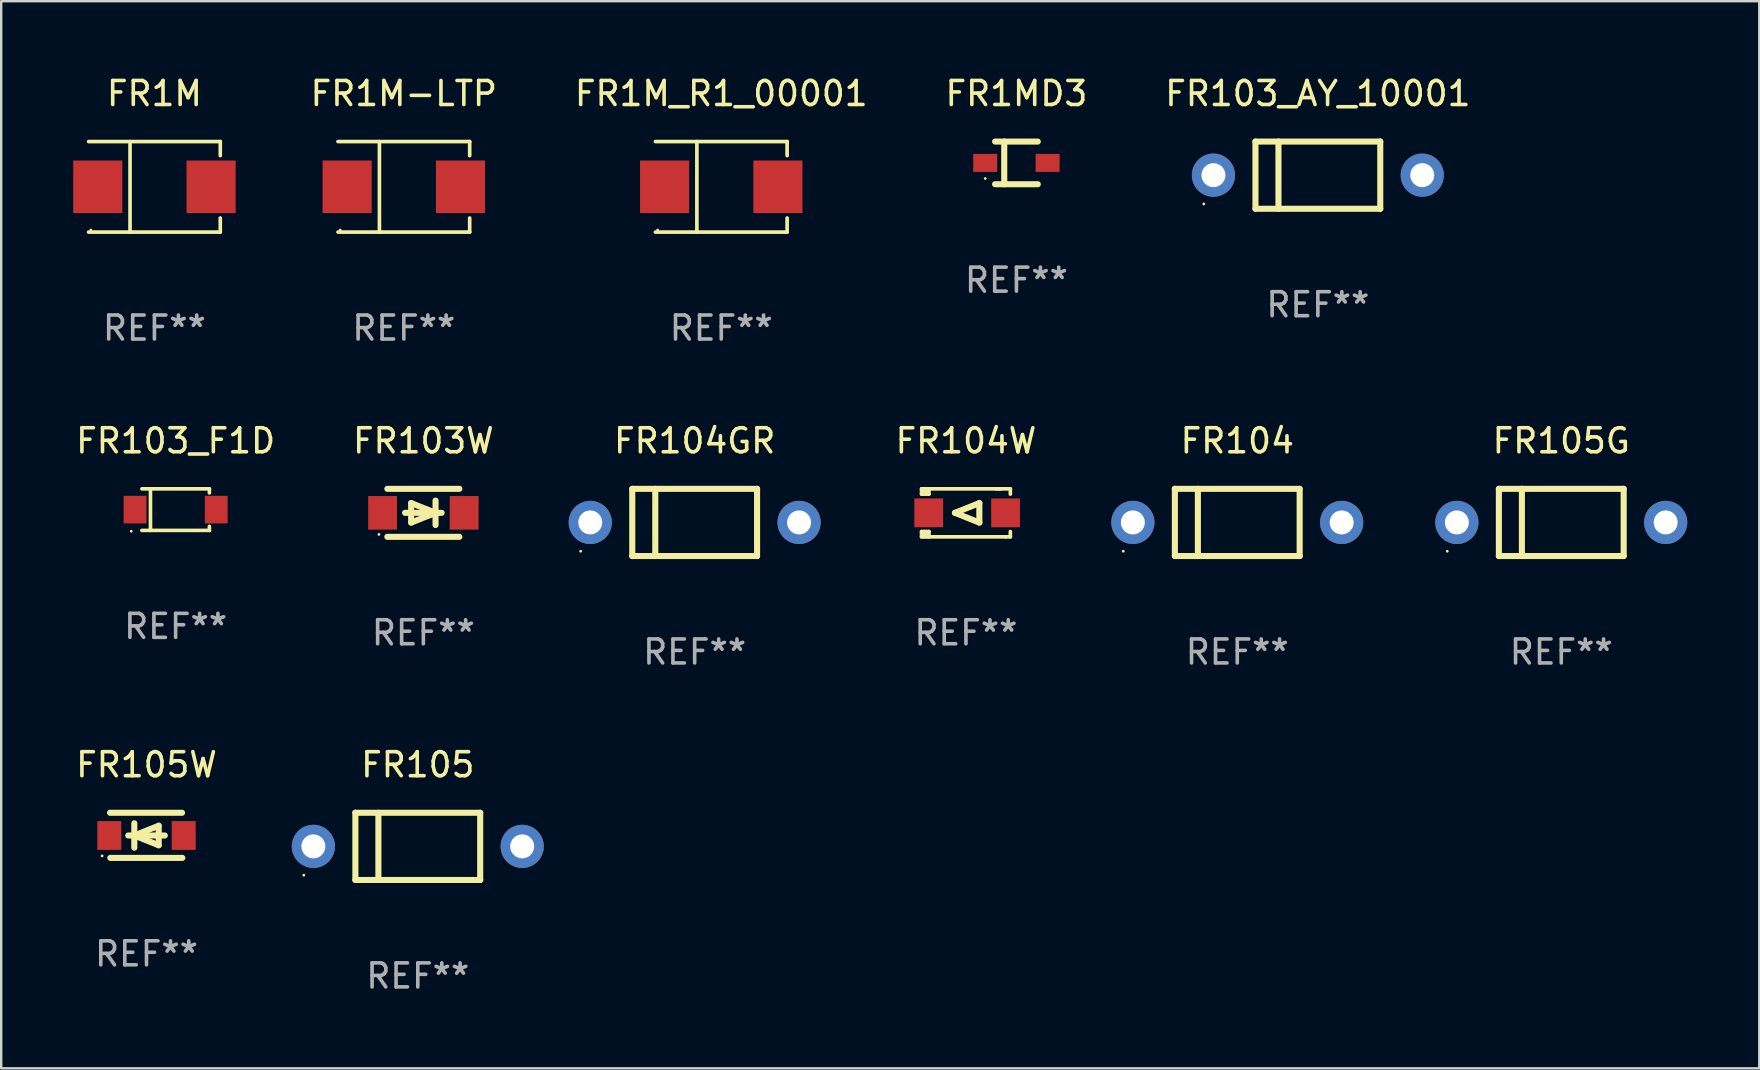
<source format=kicad_pcb>
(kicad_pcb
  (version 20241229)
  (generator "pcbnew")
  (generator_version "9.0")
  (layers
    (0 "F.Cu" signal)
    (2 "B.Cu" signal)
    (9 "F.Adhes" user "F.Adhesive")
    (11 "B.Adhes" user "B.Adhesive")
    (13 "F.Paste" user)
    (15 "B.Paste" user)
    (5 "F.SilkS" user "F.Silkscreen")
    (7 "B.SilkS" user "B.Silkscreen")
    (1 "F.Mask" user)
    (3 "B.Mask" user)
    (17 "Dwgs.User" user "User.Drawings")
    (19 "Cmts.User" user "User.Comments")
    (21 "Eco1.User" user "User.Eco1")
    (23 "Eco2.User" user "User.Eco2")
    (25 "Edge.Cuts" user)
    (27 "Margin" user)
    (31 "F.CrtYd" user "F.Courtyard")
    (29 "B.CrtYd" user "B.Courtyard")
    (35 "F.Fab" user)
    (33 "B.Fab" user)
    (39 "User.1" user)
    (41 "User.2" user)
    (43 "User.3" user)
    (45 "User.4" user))
  (footprint "FR104W"
    (layer "F.Cu")
    (at 37.196 18.317)
    (property "Reference" "FR104W" (at 0 -3 0) (layer "F.SilkS") (effects (font (size 1 1) (thickness 0.15))))
    (attr through_hole)
    (fp_line (start -1.85 -1) (end -1.85 -0.78) (stroke (width 0.152) (type solid)) (layer "F.SilkS"))
    (fp_line (start -1.85 0.78) (end -1.85 1) (stroke (width 0.152) (type solid)) (layer "F.SilkS"))
    (fp_line (start -1.85 1) (end 1.65 1) (stroke (width 0.152) (type solid)) (layer "F.SilkS"))
    (fp_line (start -1.741 -0.78) (end -1.741 -1) (stroke (width 0.152) (type solid)) (layer "F.SilkS"))
    (fp_line (start -1.741 1) (end -1.741 0.78) (stroke (width 0.152) (type solid)) (layer "F.SilkS"))
    (fp_line (start -1.641 -1) (end -1.641 -0.78) (stroke (width 0.152) (type solid)) (layer "F.SilkS"))
    (fp_line (start -1.641 0.78) (end -1.641 1) (stroke (width 0.152) (type solid)) (layer "F.SilkS"))
    (fp_line (start -1.541 -1) (end -1.541 -0.78) (stroke (width 0.152) (type solid)) (layer "F.SilkS"))
    (fp_line (start -1.541 -0.78) (end -1.85 -0.78) (stroke (width 0.152) (type solid)) (layer "F.SilkS"))
    (fp_line (start -1.541 0.78) (end -1.85 0.78) (stroke (width 0.152) (type solid)) (layer "F.SilkS"))
    (fp_line (start -1.541 0.78) (end -1.541 1) (stroke (width 0.152) (type solid)) (layer "F.SilkS"))
    (fp_line (start -0.458 0) (end 0.558 -0.406) (stroke (width 0.254) (type solid)) (layer "F.SilkS"))
    (fp_line (start 0.558 -0.406) (end 0.558 0.406) (stroke (width 0.254) (type solid)) (layer "F.SilkS"))
    (fp_line (start 0.558 0.406) (end -0.458 0) (stroke (width 0.254) (type solid)) (layer "F.SilkS"))
    (fp_line (start 1.45 -1) (end -1.85 -1) (stroke (width 0.152) (type solid)) (layer "F.SilkS"))
    (fp_line (start 1.65 1) (end 1.85 1) (stroke (width 0.152) (type solid)) (layer "F.SilkS"))
    (fp_line (start 1.85 -1) (end 1.25 -1) (stroke (width 0.152) (type solid)) (layer "F.SilkS"))
    (fp_line (start 1.85 -0.78) (end 1.85 -1) (stroke (width 0.152) (type solid)) (layer "F.SilkS"))
    (fp_line (start 1.85 1) (end 1.85 0.78) (stroke (width 0.152) (type solid)) (layer "F.SilkS"))
    (fp_circle (center -1.8 0.9) (end -1.77 0.9) (stroke (width 0.06) (type solid)) (fill no) (layer "F.SilkS"))
    (fp_text user "REF**" (at 0 5 0) (layer "F.Fab") (effects (font (size 1 1) (thickness 0.15))))
    (pad "1" smd rect (at -1.55 0.000051) (size 1.2 1.2) (layers "F.Cu" "F.Mask" "F.Paste"))
    (pad "2" smd rect (at 1.65 0.000051) (size 1.2 1.2) (layers "F.Cu" "F.Mask" "F.Paste")))
  (footprint "FR104"
    (layer "F.Cu")
    (at 48.5 18.717)
    (property "Reference" "FR104" (at 0 -3.4 0) (layer "F.SilkS") (effects (font (size 1 1) (thickness 0.15))))
    (attr through_hole)
    (fp_line (start -2.6 -1.4) (end -2.6 1.4) (stroke (width 0.254) (type solid)) (layer "F.SilkS"))
    (fp_line (start -2.6 -1.4) (end 2.6 -1.4) (stroke (width 0.254) (type solid)) (layer "F.SilkS"))
    (fp_line (start -2.6 1.4) (end 2.6 1.4) (stroke (width 0.254) (type solid)) (layer "F.SilkS"))
    (fp_line (start -1.641 -1.4) (end -1.641 1.4) (stroke (width 0.254) (type solid)) (layer "F.SilkS"))
    (fp_line (start 2.6 -1.4) (end 2.6 1.4) (stroke (width 0.254) (type solid)) (layer "F.SilkS"))
    (fp_circle (center -4.75 1.2) (end -4.72 1.2) (stroke (width 0.06) (type solid)) (fill no) (layer "F.SilkS"))
    (fp_text user "REF**" (at 0 5.4 0) (layer "F.Fab") (effects (font (size 1 1) (thickness 0.15))))
    (pad "1" thru_hole circle (at -4.35 0) (size 1.8 1.8) (drill 1) (layers "*.Cu" "*.Mask"))
    (pad "2" thru_hole circle (at 4.35 0) (size 1.8 1.8) (drill 1) (layers "*.Cu" "*.Mask")))
  (footprint "FR103_AY_10001"
    (layer "F.Cu")
    (at 51.858 4.248)
    (property "Reference" "FR103_AY_10001" (at 0 -3.4 0) (layer "F.SilkS") (effects (font (size 1 1) (thickness 0.15))))
    (attr through_hole)
    (fp_line (start -2.6 -1.4) (end -2.6 1.4) (stroke (width 0.254) (type solid)) (layer "F.SilkS"))
    (fp_line (start -2.6 -1.4) (end 2.6 -1.4) (stroke (width 0.254) (type solid)) (layer "F.SilkS"))
    (fp_line (start -2.6 1.4) (end 2.6 1.4) (stroke (width 0.254) (type solid)) (layer "F.SilkS"))
    (fp_line (start -1.641 -1.4) (end -1.641 1.4) (stroke (width 0.254) (type solid)) (layer "F.SilkS"))
    (fp_line (start 2.6 -1.4) (end 2.6 1.4) (stroke (width 0.254) (type solid)) (layer "F.SilkS"))
    (fp_circle (center -4.75 1.2) (end -4.72 1.2) (stroke (width 0.06) (type solid)) (fill no) (layer "F.SilkS"))
    (fp_text user "REF**" (at 0 5.4 0) (layer "F.Fab") (effects (font (size 1 1) (thickness 0.15))))
    (pad "1" thru_hole circle (at -4.35 0) (size 1.8 1.8) (drill 1) (layers "*.Cu" "*.Mask"))
    (pad "2" thru_hole circle (at 4.35 0) (size 1.8 1.8) (drill 1) (layers "*.Cu" "*.Mask")))
  (footprint "FR1MD3"
    (layer "F.Cu")
    (at 39.299 3.737)
    (property "Reference" "FR1MD3" (at 0 -2.889 0) (layer "F.SilkS") (effects (font (size 1 1) (thickness 0.15))))
    (attr through_hole)
    (fp_line (start -0.889 -0.889) (end 0.889 -0.889) (stroke (width 0.254) (type solid)) (layer "F.SilkS"))
    (fp_line (start -0.889 0.889) (end 0.889 0.889) (stroke (width 0.254) (type solid)) (layer "F.SilkS"))
    (fp_line (start -0.508 -0.889) (end -0.508 0.889) (stroke (width 0.254) (type solid)) (layer "F.SilkS"))
    (fp_circle (center -1.3 0.65) (end -1.27 0.65) (stroke (width 0.06) (type solid)) (fill no) (layer "F.SilkS"))
    (fp_text user "REF**" (at 0 4.889 0) (layer "F.Fab") (effects (font (size 1 1) (thickness 0.15))))
    (pad "1" smd rect (at -1.3 0) (size 1 0.75) (layers "F.Cu" "F.Mask" "F.Paste"))
    (pad "2" smd rect (at 1.3 0) (size 1 0.75) (layers "F.Cu" "F.Mask" "F.Paste")))
  (footprint "FR1M"
    (layer "F.Cu")
    (at 3.384 4.734)
    (property "Reference" "FR1M" (at 0 -3.886 0) (layer "F.SilkS") (effects (font (size 1 1) (thickness 0.15))))
    (attr through_hole)
    (fp_line (start -2.744 -1.886) (end 2.744 -1.886) (stroke (width 0.152) (type solid)) (layer "F.SilkS"))
    (fp_line (start -2.744 1.886) (end 2.744 1.886) (stroke (width 0.152) (type solid)) (layer "F.SilkS"))
    (fp_line (start -1.016 -1.886) (end -1.016 1.886) (stroke (width 0.152) (type solid)) (layer "F.SilkS"))
    (fp_line (start 2.744 -1.886) (end 2.744 -1.299) (stroke (width 0.152) (type solid)) (layer "F.SilkS"))
    (fp_line (start 2.744 1.886) (end 2.744 1.299) (stroke (width 0.152) (type solid)) (layer "F.SilkS"))
    (fp_circle (center -2.65 1.8) (end -2.62 1.8) (stroke (width 0.06) (type solid)) (fill no) (layer "F.SilkS"))
    (fp_text user "REF**" (at 0 5.886 0) (layer "F.Fab") (effects (font (size 1 1) (thickness 0.15))))
    (pad "1" smd rect (at -2.361 0) (size 2.047 2.192) (layers "F.Cu" "F.Mask" "F.Paste"))
    (pad "2" smd rect (at 2.361 0) (size 2.047 2.192) (layers "F.Cu" "F.Mask" "F.Paste")))
  (footprint "FR104GR"
    (layer "F.Cu")
    (at 25.893 18.717)
    (property "Reference" "FR104GR" (at 0 -3.4 0) (layer "F.SilkS") (effects (font (size 1 1) (thickness 0.15))))
    (attr through_hole)
    (fp_line (start -2.6 -1.4) (end -2.6 1.4) (stroke (width 0.254) (type solid)) (layer "F.SilkS"))
    (fp_line (start -2.6 -1.4) (end 2.6 -1.4) (stroke (width 0.254) (type solid)) (layer "F.SilkS"))
    (fp_line (start -2.6 1.4) (end 2.6 1.4) (stroke (width 0.254) (type solid)) (layer "F.SilkS"))
    (fp_line (start -1.641 -1.4) (end -1.641 1.4) (stroke (width 0.254) (type solid)) (layer "F.SilkS"))
    (fp_line (start 2.6 -1.4) (end 2.6 1.4) (stroke (width 0.254) (type solid)) (layer "F.SilkS"))
    (fp_circle (center -4.75 1.2) (end -4.72 1.2) (stroke (width 0.06) (type solid)) (fill no) (layer "F.SilkS"))
    (fp_text user "REF**" (at 0 5.4 0) (layer "F.Fab") (effects (font (size 1 1) (thickness 0.15))))
    (pad "1" thru_hole circle (at -4.35 0) (size 1.8 1.8) (drill 1) (layers "*.Cu" "*.Mask"))
    (pad "2" thru_hole circle (at 4.35 0) (size 1.8 1.8) (drill 1) (layers "*.Cu" "*.Mask")))
  (footprint "FR103W"
    (layer "F.Cu")
    (at 14.589 18.317)
    (property "Reference" "FR103W" (at 0 -3 0) (layer "F.SilkS") (effects (font (size 1 1) (thickness 0.15))))
    (attr through_hole)
    (fp_line (start -1.5 -1) (end 1.5 -1) (stroke (width 0.254) (type solid)) (layer "F.SilkS"))
    (fp_line (start -1.5 1) (end 1.5 1) (stroke (width 0.254) (type solid)) (layer "F.SilkS"))
    (fp_line (start -0.508 -0.406) (end 0.508 0) (stroke (width 0.254) (type solid)) (layer "F.SilkS"))
    (fp_line (start -0.508 0.406) (end -0.508 -0.406) (stroke (width 0.254) (type solid)) (layer "F.SilkS"))
    (fp_line (start 0.508 0) (end -0.508 0.406) (stroke (width 0.254) (type solid)) (layer "F.SilkS"))
    (fp_line (start 0.508 0.508) (end 0.508 -0.508) (stroke (width 0.254) (type solid)) (layer "F.SilkS"))
    (fp_line (start 0.762 0) (end -0.762 0) (stroke (width 0.254) (type solid)) (layer "F.SilkS"))
    (fp_circle (center -1.85 0.9) (end -1.82 0.9) (stroke (width 0.06) (type solid)) (fill no) (layer "F.SilkS"))
    (fp_text user "REF**" (at 0 5 0) (layer "F.Fab") (effects (font (size 1 1) (thickness 0.15))))
    (pad "1" smd rect (at -1.7 0) (size 1.2 1.4) (layers "F.Cu" "F.Mask" "F.Paste"))
    (pad "2" smd rect (at 1.7 0) (size 1.2 1.4) (layers "F.Cu" "F.Mask" "F.Paste")))
  (footprint "FR1M-LTP"
    (layer "F.Cu")
    (at 13.775 4.734)
    (property "Reference" "FR1M-LTP" (at 0 -3.886 0) (layer "F.SilkS") (effects (font (size 1 1) (thickness 0.15))))
    (attr through_hole)
    (fp_line (start -2.744 -1.886) (end 2.744 -1.886) (stroke (width 0.152) (type solid)) (layer "F.SilkS"))
    (fp_line (start -2.744 1.886) (end 2.744 1.886) (stroke (width 0.152) (type solid)) (layer "F.SilkS"))
    (fp_line (start -1.016 -1.886) (end -1.016 1.886) (stroke (width 0.152) (type solid)) (layer "F.SilkS"))
    (fp_line (start 2.744 -1.886) (end 2.744 -1.299) (stroke (width 0.152) (type solid)) (layer "F.SilkS"))
    (fp_line (start 2.744 1.886) (end 2.744 1.299) (stroke (width 0.152) (type solid)) (layer "F.SilkS"))
    (fp_circle (center -2.65 1.8) (end -2.62 1.8) (stroke (width 0.06) (type solid)) (fill no) (layer "F.SilkS"))
    (fp_text user "REF**" (at 0 5.886 0) (layer "F.Fab") (effects (font (size 1 1) (thickness 0.15))))
    (pad "1" smd rect (at -2.361 0) (size 2.047 2.192) (layers "F.Cu" "F.Mask" "F.Paste"))
    (pad "2" smd rect (at 2.361 0) (size 2.047 2.192) (layers "F.Cu" "F.Mask" "F.Paste")))
  (footprint "FR105G"
    (layer "F.Cu")
    (at 62 18.717)
    (property "Reference" "FR105G" (at 0 -3.4 0) (layer "F.SilkS") (effects (font (size 1 1) (thickness 0.15))))
    (attr through_hole)
    (fp_line (start -2.6 -1.4) (end -2.6 1.4) (stroke (width 0.254) (type solid)) (layer "F.SilkS"))
    (fp_line (start -2.6 -1.4) (end 2.6 -1.4) (stroke (width 0.254) (type solid)) (layer "F.SilkS"))
    (fp_line (start -2.6 1.4) (end 2.6 1.4) (stroke (width 0.254) (type solid)) (layer "F.SilkS"))
    (fp_line (start -1.641 -1.4) (end -1.641 1.4) (stroke (width 0.254) (type solid)) (layer "F.SilkS"))
    (fp_line (start 2.6 -1.4) (end 2.6 1.4) (stroke (width 0.254) (type solid)) (layer "F.SilkS"))
    (fp_circle (center -4.75 1.2) (end -4.72 1.2) (stroke (width 0.06) (type solid)) (fill no) (layer "F.SilkS"))
    (fp_text user "REF**" (at 0 5.4 0) (layer "F.Fab") (effects (font (size 1 1) (thickness 0.15))))
    (pad "1" thru_hole circle (at -4.35 0) (size 1.8 1.8) (drill 1) (layers "*.Cu" "*.Mask"))
    (pad "2" thru_hole circle (at 4.35 0) (size 1.8 1.8) (drill 1) (layers "*.Cu" "*.Mask")))
  (footprint "FR103_F1D"
    (layer "F.Cu")
    (at 4.268 18.183)
    (property "Reference" "FR103_F1D" (at 0 -2.866 0) (layer "F.SilkS") (effects (font (size 1 1) (thickness 0.15))))
    (attr through_hole)
    (fp_line (start -1.406 -0.866) (end 1.406 -0.866) (stroke (width 0.152) (type solid)) (layer "F.SilkS"))
    (fp_line (start -1.406 0.866) (end 1.406 0.866) (stroke (width 0.152) (type solid)) (layer "F.SilkS"))
    (fp_line (start -1.049 -0.866) (end -1.049 0.866) (stroke (width 0.152) (type solid)) (layer "F.SilkS"))
    (fp_line (start 1.406 -0.866) (end 1.406 -0.698) (stroke (width 0.152) (type solid)) (layer "F.SilkS"))
    (fp_line (start 1.406 0.866) (end 1.406 0.698) (stroke (width 0.152) (type solid)) (layer "F.SilkS"))
    (fp_circle (center -1.851 0.9) (end -1.821 0.9) (stroke (width 0.06) (type solid)) (fill no) (layer "F.SilkS"))
    (fp_text user "REF**" (at 0 4.866 0) (layer "F.Fab") (effects (font (size 1 1) (thickness 0.15))))
    (pad "1" smd rect (at -1.692 0) (size 0.95 1.15) (layers "F.Cu" "F.Mask" "F.Paste"))
    (pad "2" smd rect (at 1.692 0) (size 0.95 1.15) (layers "F.Cu" "F.Mask" "F.Paste")))
  (footprint "FR1M_R1_00001"
    (layer "F.Cu")
    (at 27.001 4.734)
    (property "Reference" "FR1M_R1_00001" (at 0 -3.886 0) (layer "F.SilkS") (effects (font (size 1 1) (thickness 0.15))))
    (attr through_hole)
    (fp_line (start -2.744 -1.886) (end 2.744 -1.886) (stroke (width 0.152) (type solid)) (layer "F.SilkS"))
    (fp_line (start -2.744 1.886) (end 2.744 1.886) (stroke (width 0.152) (type solid)) (layer "F.SilkS"))
    (fp_line (start -1.016 -1.886) (end -1.016 1.886) (stroke (width 0.152) (type solid)) (layer "F.SilkS"))
    (fp_line (start 2.744 -1.886) (end 2.744 -1.299) (stroke (width 0.152) (type solid)) (layer "F.SilkS"))
    (fp_line (start 2.744 1.886) (end 2.744 1.299) (stroke (width 0.152) (type solid)) (layer "F.SilkS"))
    (fp_circle (center -2.65 1.8) (end -2.62 1.8) (stroke (width 0.06) (type solid)) (fill no) (layer "F.SilkS"))
    (fp_text user "REF**" (at 0 5.886 0) (layer "F.Fab") (effects (font (size 1 1) (thickness 0.15))))
    (pad "1" smd rect (at -2.361 0) (size 2.047 2.192) (layers "F.Cu" "F.Mask" "F.Paste"))
    (pad "2" smd rect (at 2.361 0) (size 2.047 2.192) (layers "F.Cu" "F.Mask" "F.Paste")))
  (footprint "FR105W"
    (layer "F.Cu")
    (at 3.054 31.754)
    (property "Reference" "FR105W" (at 0 -2.94 0) (layer "F.SilkS") (effects (font (size 1 1) (thickness 0.15))))
    (attr through_hole)
    (fp_line (start -1.52 -0.94) (end 1.48 -0.94) (stroke (width 0.254) (type solid)) (layer "F.SilkS"))
    (fp_line (start -1.507 0.94) (end 1.493 0.94) (stroke (width 0.254) (type solid)) (layer "F.SilkS"))
    (fp_line (start -0.762 0.007) (end 0.762 0.007) (stroke (width 0.254) (type solid)) (layer "F.SilkS"))
    (fp_line (start -0.508 -0.501) (end -0.508 0.515) (stroke (width 0.254) (type solid)) (layer "F.SilkS"))
    (fp_line (start -0.508 0.007) (end 0.508 -0.4) (stroke (width 0.254) (type solid)) (layer "F.SilkS"))
    (fp_line (start 0.508 -0.4) (end 0.508 0.413) (stroke (width 0.254) (type solid)) (layer "F.SilkS"))
    (fp_line (start 0.508 0.413) (end -0.508 0.007) (stroke (width 0.254) (type solid)) (layer "F.SilkS"))
    (fp_circle (center -1.85 0.857) (end -1.82 0.857) (stroke (width 0.06) (type solid)) (fill no) (layer "F.SilkS"))
    (fp_text user "REF**" (at 0 4.94 0) (layer "F.Fab") (effects (font (size 1 1) (thickness 0.15))))
    (pad "1" smd rect (at -1.55 0.007) (size 1 1.2) (layers "F.Cu" "F.Mask" "F.Paste"))
    (pad "2" smd rect (at 1.55 0.007) (size 1 1.2) (layers "F.Cu" "F.Mask" "F.Paste")))
  (footprint "FR105"
    (layer "F.Cu")
    (at 14.357 32.214)
    (property "Reference" "FR105" (at 0 -3.4 0) (layer "F.SilkS") (effects (font (size 1 1) (thickness 0.15))))
    (attr through_hole)
    (fp_line (start -2.6 -1.4) (end -2.6 1.4) (stroke (width 0.254) (type solid)) (layer "F.SilkS"))
    (fp_line (start -2.6 -1.4) (end 2.6 -1.4) (stroke (width 0.254) (type solid)) (layer "F.SilkS"))
    (fp_line (start -2.6 1.4) (end 2.6 1.4) (stroke (width 0.254) (type solid)) (layer "F.SilkS"))
    (fp_line (start -1.641 -1.4) (end -1.641 1.4) (stroke (width 0.254) (type solid)) (layer "F.SilkS"))
    (fp_line (start 2.6 -1.4) (end 2.6 1.4) (stroke (width 0.254) (type solid)) (layer "F.SilkS"))
    (fp_circle (center -4.75 1.2) (end -4.72 1.2) (stroke (width 0.06) (type solid)) (fill no) (layer "F.SilkS"))
    (fp_text user "REF**" (at 0 5.4 0) (layer "F.Fab") (effects (font (size 1 1) (thickness 0.15))))
    (pad "1" thru_hole circle (at -4.35 0) (size 1.8 1.8) (drill 1) (layers "*.Cu" "*.Mask"))
    (pad "2" thru_hole circle (at 4.35 0) (size 1.8 1.8) (drill 1) (layers "*.Cu" "*.Mask")))
  (gr_rect
    (start -3 -3)
    (end 70.25 41.462)
    (stroke (width 0.1) (type default))
    (fill no)
    (layer "Edge.Cuts")))
</source>
